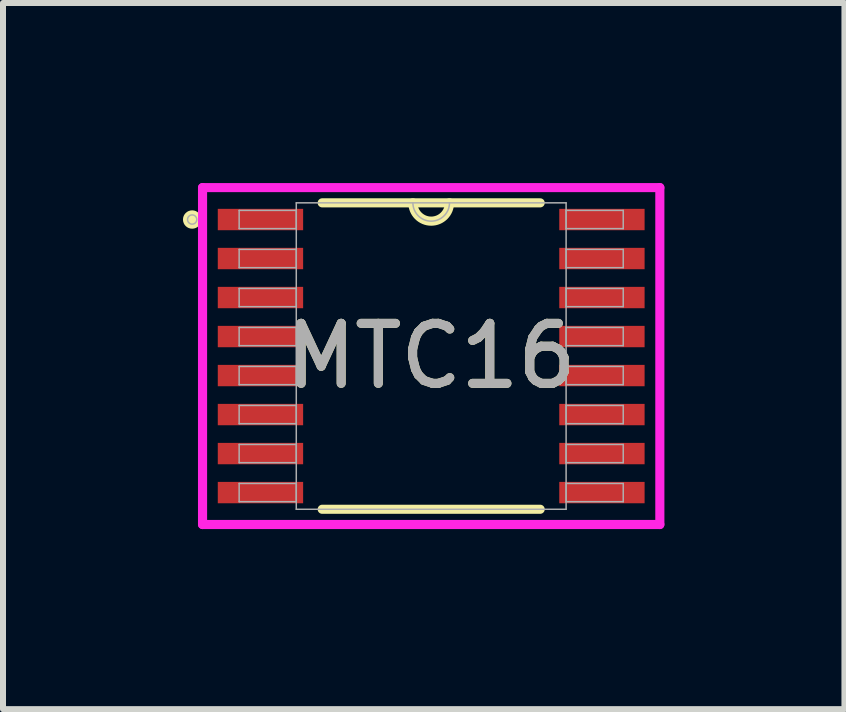
<source format=kicad_pcb>
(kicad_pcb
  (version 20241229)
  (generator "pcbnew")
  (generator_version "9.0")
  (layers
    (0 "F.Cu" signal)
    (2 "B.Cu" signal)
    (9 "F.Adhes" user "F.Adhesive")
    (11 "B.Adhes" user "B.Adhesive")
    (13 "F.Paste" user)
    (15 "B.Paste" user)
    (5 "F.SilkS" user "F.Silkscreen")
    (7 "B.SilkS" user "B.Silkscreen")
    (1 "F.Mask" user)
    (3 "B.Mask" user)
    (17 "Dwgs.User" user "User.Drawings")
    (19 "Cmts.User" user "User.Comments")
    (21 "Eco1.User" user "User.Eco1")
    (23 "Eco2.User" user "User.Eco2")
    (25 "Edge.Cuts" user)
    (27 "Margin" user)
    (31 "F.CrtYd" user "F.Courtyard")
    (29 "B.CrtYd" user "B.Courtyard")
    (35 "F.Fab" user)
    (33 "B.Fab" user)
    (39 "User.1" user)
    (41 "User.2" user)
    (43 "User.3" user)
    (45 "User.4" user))
  (footprint "MTC16"
    (layer "F.Cu")
    (at 4.135 2.883)
    (property "Reference" "MTC16" (at 0 0 0) (unlocked yes) (layer "F.SilkS") (effects (font (size 1 1) (thickness 0.15))))
    (attr smd)
    (fp_line (start -1.816 2.553) (end 1.816 2.553) (stroke (width 0.152) (type solid)) (layer "F.SilkS"))
    (fp_line (start 1.816 -2.553) (end -1.816 -2.553) (stroke (width 0.152) (type solid)) (layer "F.SilkS"))
    (fp_arc (start 0.3048 -2.5527) (mid 0 -2.2479) (end -0.3048 -2.5527) (stroke (width 0.1524) (type solid)) (layer "F.SilkS"))
    (fp_circle (center -3.983 -2.275) (end -3.906 -2.275) (stroke (width 0.152) (type solid)) (fill no) (layer "F.SilkS"))
    (fp_line (start -3.81 -2.807) (end 3.81 -2.807) (stroke (width 0.152) (type solid)) (layer "F.CrtYd"))
    (fp_line (start -3.81 2.807) (end -3.81 -2.807) (stroke (width 0.152) (type solid)) (layer "F.CrtYd"))
    (fp_line (start 3.81 -2.807) (end 3.81 2.807) (stroke (width 0.152) (type solid)) (layer "F.CrtYd"))
    (fp_line (start 3.81 2.807) (end -3.81 2.807) (stroke (width 0.152) (type solid)) (layer "F.CrtYd"))
    (fp_line (start -3.2 -2.427) (end -3.2 -2.123) (stroke (width 0.025) (type solid)) (layer "F.Fab"))
    (fp_line (start -3.2 -2.123) (end -2.248 -2.123) (stroke (width 0.025) (type solid)) (layer "F.Fab"))
    (fp_line (start -3.2 -1.777) (end -3.2 -1.473) (stroke (width 0.025) (type solid)) (layer "F.Fab"))
    (fp_line (start -3.2 -1.473) (end -2.248 -1.473) (stroke (width 0.025) (type solid)) (layer "F.Fab"))
    (fp_line (start -3.2 -1.127) (end -3.2 -0.823) (stroke (width 0.025) (type solid)) (layer "F.Fab"))
    (fp_line (start -3.2 -0.823) (end -2.248 -0.823) (stroke (width 0.025) (type solid)) (layer "F.Fab"))
    (fp_line (start -3.2 -0.477) (end -3.2 -0.173) (stroke (width 0.025) (type solid)) (layer "F.Fab"))
    (fp_line (start -3.2 -0.173) (end -2.248 -0.173) (stroke (width 0.025) (type solid)) (layer "F.Fab"))
    (fp_line (start -3.2 0.173) (end -3.2 0.477) (stroke (width 0.025) (type solid)) (layer "F.Fab"))
    (fp_line (start -3.2 0.477) (end -2.248 0.477) (stroke (width 0.025) (type solid)) (layer "F.Fab"))
    (fp_line (start -3.2 0.823) (end -3.2 1.127) (stroke (width 0.025) (type solid)) (layer "F.Fab"))
    (fp_line (start -3.2 1.127) (end -2.248 1.127) (stroke (width 0.025) (type solid)) (layer "F.Fab"))
    (fp_line (start -3.2 1.473) (end -3.2 1.777) (stroke (width 0.025) (type solid)) (layer "F.Fab"))
    (fp_line (start -3.2 1.777) (end -2.248 1.777) (stroke (width 0.025) (type solid)) (layer "F.Fab"))
    (fp_line (start -3.2 2.123) (end -3.2 2.427) (stroke (width 0.025) (type solid)) (layer "F.Fab"))
    (fp_line (start -3.2 2.427) (end -2.248 2.427) (stroke (width 0.025) (type solid)) (layer "F.Fab"))
    (fp_line (start -2.248 -2.553) (end -2.248 2.553) (stroke (width 0.025) (type solid)) (layer "F.Fab"))
    (fp_line (start -2.248 -2.427) (end -3.2 -2.427) (stroke (width 0.025) (type solid)) (layer "F.Fab"))
    (fp_line (start -2.248 -2.123) (end -2.248 -2.427) (stroke (width 0.025) (type solid)) (layer "F.Fab"))
    (fp_line (start -2.248 -1.777) (end -3.2 -1.777) (stroke (width 0.025) (type solid)) (layer "F.Fab"))
    (fp_line (start -2.248 -1.473) (end -2.248 -1.777) (stroke (width 0.025) (type solid)) (layer "F.Fab"))
    (fp_line (start -2.248 -1.127) (end -3.2 -1.127) (stroke (width 0.025) (type solid)) (layer "F.Fab"))
    (fp_line (start -2.248 -0.823) (end -2.248 -1.127) (stroke (width 0.025) (type solid)) (layer "F.Fab"))
    (fp_line (start -2.248 -0.477) (end -3.2 -0.477) (stroke (width 0.025) (type solid)) (layer "F.Fab"))
    (fp_line (start -2.248 -0.173) (end -2.248 -0.477) (stroke (width 0.025) (type solid)) (layer "F.Fab"))
    (fp_line (start -2.248 0.173) (end -3.2 0.173) (stroke (width 0.025) (type solid)) (layer "F.Fab"))
    (fp_line (start -2.248 0.477) (end -2.248 0.173) (stroke (width 0.025) (type solid)) (layer "F.Fab"))
    (fp_line (start -2.248 0.823) (end -3.2 0.823) (stroke (width 0.025) (type solid)) (layer "F.Fab"))
    (fp_line (start -2.248 1.127) (end -2.248 0.823) (stroke (width 0.025) (type solid)) (layer "F.Fab"))
    (fp_line (start -2.248 1.473) (end -3.2 1.473) (stroke (width 0.025) (type solid)) (layer "F.Fab"))
    (fp_line (start -2.248 1.777) (end -2.248 1.473) (stroke (width 0.025) (type solid)) (layer "F.Fab"))
    (fp_line (start -2.248 2.123) (end -3.2 2.123) (stroke (width 0.025) (type solid)) (layer "F.Fab"))
    (fp_line (start -2.248 2.427) (end -2.248 2.123) (stroke (width 0.025) (type solid)) (layer "F.Fab"))
    (fp_line (start -2.248 2.553) (end 2.248 2.553) (stroke (width 0.025) (type solid)) (layer "F.Fab"))
    (fp_line (start 2.248 -2.553) (end -2.248 -2.553) (stroke (width 0.025) (type solid)) (layer "F.Fab"))
    (fp_line (start 2.248 -2.427) (end 2.248 -2.123) (stroke (width 0.025) (type solid)) (layer "F.Fab"))
    (fp_line (start 2.248 -2.123) (end 3.2 -2.123) (stroke (width 0.025) (type solid)) (layer "F.Fab"))
    (fp_line (start 2.248 -1.777) (end 2.248 -1.473) (stroke (width 0.025) (type solid)) (layer "F.Fab"))
    (fp_line (start 2.248 -1.473) (end 3.2 -1.473) (stroke (width 0.025) (type solid)) (layer "F.Fab"))
    (fp_line (start 2.248 -1.127) (end 2.248 -0.823) (stroke (width 0.025) (type solid)) (layer "F.Fab"))
    (fp_line (start 2.248 -0.823) (end 3.2 -0.823) (stroke (width 0.025) (type solid)) (layer "F.Fab"))
    (fp_line (start 2.248 -0.477) (end 2.248 -0.173) (stroke (width 0.025) (type solid)) (layer "F.Fab"))
    (fp_line (start 2.248 -0.173) (end 3.2 -0.173) (stroke (width 0.025) (type solid)) (layer "F.Fab"))
    (fp_line (start 2.248 0.173) (end 2.248 0.477) (stroke (width 0.025) (type solid)) (layer "F.Fab"))
    (fp_line (start 2.248 0.477) (end 3.2 0.477) (stroke (width 0.025) (type solid)) (layer "F.Fab"))
    (fp_line (start 2.248 0.823) (end 2.248 1.127) (stroke (width 0.025) (type solid)) (layer "F.Fab"))
    (fp_line (start 2.248 1.127) (end 3.2 1.127) (stroke (width 0.025) (type solid)) (layer "F.Fab"))
    (fp_line (start 2.248 1.473) (end 2.248 1.777) (stroke (width 0.025) (type solid)) (layer "F.Fab"))
    (fp_line (start 2.248 1.777) (end 3.2 1.777) (stroke (width 0.025) (type solid)) (layer "F.Fab"))
    (fp_line (start 2.248 2.123) (end 2.248 2.427) (stroke (width 0.025) (type solid)) (layer "F.Fab"))
    (fp_line (start 2.248 2.427) (end 3.2 2.427) (stroke (width 0.025) (type solid)) (layer "F.Fab"))
    (fp_line (start 2.248 2.553) (end 2.248 -2.553) (stroke (width 0.025) (type solid)) (layer "F.Fab"))
    (fp_line (start 3.2 -2.427) (end 2.248 -2.427) (stroke (width 0.025) (type solid)) (layer "F.Fab"))
    (fp_line (start 3.2 -2.123) (end 3.2 -2.427) (stroke (width 0.025) (type solid)) (layer "F.Fab"))
    (fp_line (start 3.2 -1.777) (end 2.248 -1.777) (stroke (width 0.025) (type solid)) (layer "F.Fab"))
    (fp_line (start 3.2 -1.473) (end 3.2 -1.777) (stroke (width 0.025) (type solid)) (layer "F.Fab"))
    (fp_line (start 3.2 -1.127) (end 2.248 -1.127) (stroke (width 0.025) (type solid)) (layer "F.Fab"))
    (fp_line (start 3.2 -0.823) (end 3.2 -1.127) (stroke (width 0.025) (type solid)) (layer "F.Fab"))
    (fp_line (start 3.2 -0.477) (end 2.248 -0.477) (stroke (width 0.025) (type solid)) (layer "F.Fab"))
    (fp_line (start 3.2 -0.173) (end 3.2 -0.477) (stroke (width 0.025) (type solid)) (layer "F.Fab"))
    (fp_line (start 3.2 0.173) (end 2.248 0.173) (stroke (width 0.025) (type solid)) (layer "F.Fab"))
    (fp_line (start 3.2 0.477) (end 3.2 0.173) (stroke (width 0.025) (type solid)) (layer "F.Fab"))
    (fp_line (start 3.2 0.823) (end 2.248 0.823) (stroke (width 0.025) (type solid)) (layer "F.Fab"))
    (fp_line (start 3.2 1.127) (end 3.2 0.823) (stroke (width 0.025) (type solid)) (layer "F.Fab"))
    (fp_line (start 3.2 1.473) (end 2.248 1.473) (stroke (width 0.025) (type solid)) (layer "F.Fab"))
    (fp_line (start 3.2 1.777) (end 3.2 1.473) (stroke (width 0.025) (type solid)) (layer "F.Fab"))
    (fp_line (start 3.2 2.123) (end 2.248 2.123) (stroke (width 0.025) (type solid)) (layer "F.Fab"))
    (fp_line (start 3.2 2.427) (end 3.2 2.123) (stroke (width 0.025) (type solid)) (layer "F.Fab"))
    (fp_arc (start 0.3048 -2.5527) (mid 0 -2.2479) (end -0.3048 -2.5527) (stroke (width 0.0254) (type solid)) (layer "F.Fab"))
    (fp_circle (center -3.983 -2.275) (end -3.906 -2.275) (stroke (width 0.025) (type solid)) (fill no) (layer "F.Fab"))
    (fp_text user "${REFERENCE}" (at 0 0 0) (unlocked yes) (layer "F.Fab") (effects (font (size 1 1) (thickness 0.15))))
    (pad "1" smd rect (at -2.845 -2.275) (size 1.422 0.356) (layers "F.Cu" "F.Mask" "F.Paste"))
    (pad "2" smd rect (at -2.845 -1.625) (size 1.422 0.356) (layers "F.Cu" "F.Mask" "F.Paste"))
    (pad "3" smd rect (at -2.845 -0.975) (size 1.422 0.356) (layers "F.Cu" "F.Mask" "F.Paste"))
    (pad "4" smd rect (at -2.845 -0.325) (size 1.422 0.356) (layers "F.Cu" "F.Mask" "F.Paste"))
    (pad "5" smd rect (at -2.845 0.325) (size 1.422 0.356) (layers "F.Cu" "F.Mask" "F.Paste"))
    (pad "6" smd rect (at -2.845 0.975) (size 1.422 0.356) (layers "F.Cu" "F.Mask" "F.Paste"))
    (pad "7" smd rect (at -2.845 1.625) (size 1.422 0.356) (layers "F.Cu" "F.Mask" "F.Paste"))
    (pad "8" smd rect (at -2.845 2.275) (size 1.422 0.356) (layers "F.Cu" "F.Mask" "F.Paste"))
    (pad "9" smd rect (at 2.845 2.275) (size 1.422 0.356) (layers "F.Cu" "F.Mask" "F.Paste"))
    (pad "10" smd rect (at 2.845 1.625) (size 1.422 0.356) (layers "F.Cu" "F.Mask" "F.Paste"))
    (pad "11" smd rect (at 2.845 0.975) (size 1.422 0.356) (layers "F.Cu" "F.Mask" "F.Paste"))
    (pad "12" smd rect (at 2.845 0.325) (size 1.422 0.356) (layers "F.Cu" "F.Mask" "F.Paste"))
    (pad "13" smd rect (at 2.845 -0.325) (size 1.422 0.356) (layers "F.Cu" "F.Mask" "F.Paste"))
    (pad "14" smd rect (at 2.845 -0.975) (size 1.422 0.356) (layers "F.Cu" "F.Mask" "F.Paste"))
    (pad "15" smd rect (at 2.845 -1.625) (size 1.422 0.356) (layers "F.Cu" "F.Mask" "F.Paste"))
    (pad "16" smd rect (at 2.845 -2.275) (size 1.422 0.356) (layers "F.Cu" "F.Mask" "F.Paste")))
  (gr_rect
    (start -3 -3)
    (end 11.021 8.766)
    (stroke (width 0.1) (type default))
    (fill no)
    (layer "Edge.Cuts")))
</source>
